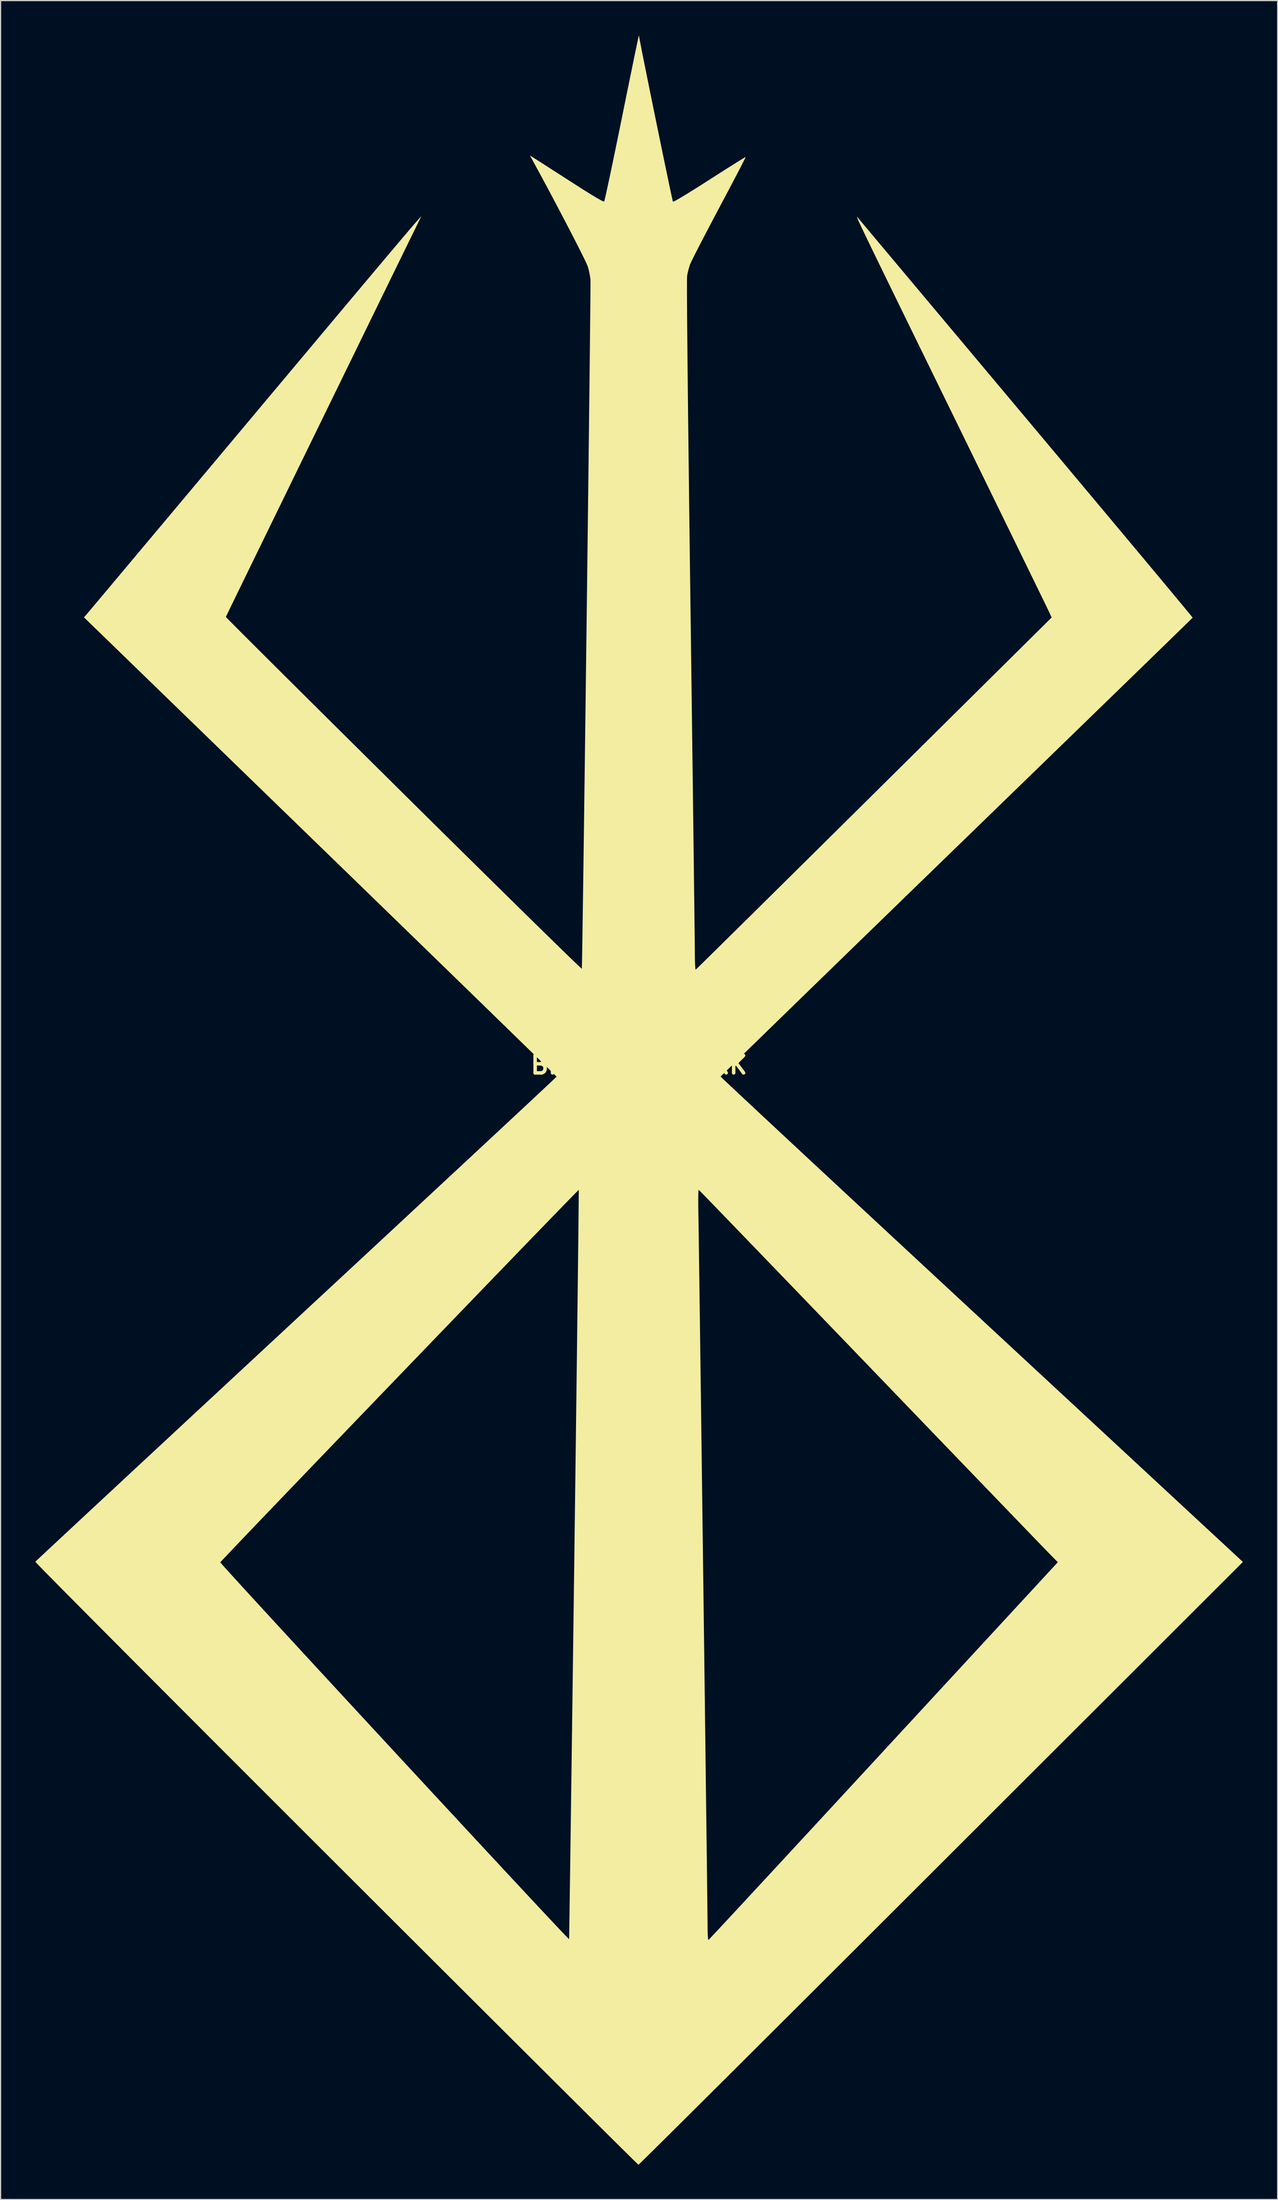
<source format=kicad_pcb>
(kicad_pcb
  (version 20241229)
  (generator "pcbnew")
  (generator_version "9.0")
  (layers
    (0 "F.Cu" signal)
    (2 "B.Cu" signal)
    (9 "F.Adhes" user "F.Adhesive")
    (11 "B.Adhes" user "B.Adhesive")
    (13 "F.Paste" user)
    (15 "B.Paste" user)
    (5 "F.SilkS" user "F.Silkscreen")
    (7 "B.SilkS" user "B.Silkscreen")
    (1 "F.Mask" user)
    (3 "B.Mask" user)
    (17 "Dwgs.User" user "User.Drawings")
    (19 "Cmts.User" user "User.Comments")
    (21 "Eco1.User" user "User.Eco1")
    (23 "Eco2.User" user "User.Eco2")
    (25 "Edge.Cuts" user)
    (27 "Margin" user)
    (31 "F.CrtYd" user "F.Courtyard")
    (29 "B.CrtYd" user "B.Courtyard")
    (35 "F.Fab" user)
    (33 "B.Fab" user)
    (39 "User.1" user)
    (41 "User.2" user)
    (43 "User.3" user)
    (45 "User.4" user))
  (footprint "BRAND_BERSERK"
    (layer "F.Cu")
    (at 52.127 88.858)
    (property "Reference" "BRAND_BERSERK" (at 0 0 0) (layer "F.SilkS") (effects (font (size 1.5 1.5) (thickness 0.3))))
    (attr board_only exclude_from_pos_files exclude_from_bom)
    (fp_poly (pts (xy 0.018 -88.719) (xy 0.071 -88.433) (xy 0.152 -88.016) (xy 0.257 -87.481) (xy 0.384 -86.843) (xy 0.53 -86.118) (xy 0.691 -85.32) (xy 0.864 -84.462) (xy 1.047 -83.561) (xy 1.237 -82.63) (xy 1.43 -81.685) (xy 1.624 -80.74) (xy 1.816 -79.809) (xy 2.002 -78.908) (xy 2.179 -78.051) (xy 2.345 -77.252) (xy 2.497 -76.527) (xy 2.631 -75.889) (xy 2.744 -75.354) (xy 2.834 -74.936) (xy 2.898 -74.65) (xy 2.932 -74.511) (xy 2.936 -74.5) (xy 3.023 -74.527) (xy 3.24 -74.641) (xy 3.575 -74.834) (xy 4.018 -75.099) (xy 4.555 -75.43) (xy 5.176 -75.82) (xy 5.87 -76.261) (xy 6.098 -76.407) (xy 6.746 -76.823) (xy 7.35 -77.207) (xy 7.894 -77.551) (xy 8.364 -77.846) (xy 8.745 -78.083) (xy 9.023 -78.252) (xy 9.182 -78.344) (xy 9.215 -78.358) (xy 9.183 -78.28) (xy 9.077 -78.065) (xy 8.905 -77.728) (xy 8.674 -77.28) (xy 8.39 -76.736) (xy 8.061 -76.108) (xy 7.693 -75.41) (xy 7.293 -74.654) (xy 6.906 -73.926) (xy 6.475 -73.114) (xy 6.065 -72.335) (xy 5.682 -71.603) (xy 5.334 -70.934) (xy 5.03 -70.343) (xy 4.776 -69.844) (xy 4.581 -69.452) (xy 4.452 -69.182) (xy 4.401 -69.062) (xy 4.291 -68.696) (xy 4.194 -68.287) (xy 4.16 -68.103) (xy 4.153 -67.965) (xy 4.148 -67.659) (xy 4.146 -67.186) (xy 4.147 -66.545) (xy 4.151 -65.739) (xy 4.157 -64.769) (xy 4.166 -63.634) (xy 4.178 -62.337) (xy 4.192 -60.877) (xy 4.209 -59.256) (xy 4.228 -57.475) (xy 4.25 -55.534) (xy 4.275 -53.435) (xy 4.302 -51.179) (xy 4.332 -48.765) (xy 4.364 -46.196) (xy 4.399 -43.473) (xy 4.437 -40.595) (xy 4.451 -39.497) (xy 4.48 -37.308) (xy 4.508 -35.153) (xy 4.536 -33.041) (xy 4.563 -30.977) (xy 4.589 -28.968) (xy 4.614 -27.021) (xy 4.638 -25.143) (xy 4.661 -23.34) (xy 4.683 -21.619) (xy 4.704 -19.986) (xy 4.723 -18.449) (xy 4.741 -17.014) (xy 4.757 -15.688) (xy 4.772 -14.477) (xy 4.785 -13.389) (xy 4.796 -12.429) (xy 4.806 -11.605) (xy 4.814 -10.923) (xy 4.819 -10.39) (xy 4.823 -10.013) (xy 4.824 -9.798) (xy 4.824 -9.793) (xy 4.828 -9.297) (xy 4.839 -8.867) (xy 4.854 -8.528) (xy 4.874 -8.306) (xy 4.896 -8.227) (xy 4.897 -8.227) (xy 4.963 -8.288) (xy 5.144 -8.463) (xy 5.435 -8.748) (xy 5.831 -9.137) (xy 6.327 -9.625) (xy 6.918 -10.207) (xy 7.599 -10.878) (xy 8.365 -11.633) (xy 9.21 -12.467) (xy 10.13 -13.375) (xy 11.12 -14.353) (xy 12.174 -15.394) (xy 13.287 -16.495) (xy 14.455 -17.65) (xy 15.672 -18.853) (xy 16.933 -20.101) (xy 18.233 -21.387) (xy 19.568 -22.708) (xy 20.304 -23.437) (xy 35.638 -38.618) (xy 35.438 -39.058) (xy 35.382 -39.176) (xy 35.255 -39.438) (xy 35.06 -39.839) (xy 34.802 -40.369) (xy 34.483 -41.023) (xy 34.108 -41.792) (xy 33.68 -42.67) (xy 33.202 -43.648) (xy 32.679 -44.721) (xy 32.113 -45.88) (xy 31.508 -47.118) (xy 30.867 -48.428) (xy 30.195 -49.802) (xy 29.495 -51.234) (xy 28.77 -52.716) (xy 28.025 -54.241) (xy 27.43 -55.457) (xy 26.474 -57.41) (xy 25.591 -59.216) (xy 24.776 -60.882) (xy 24.027 -62.412) (xy 23.342 -63.813) (xy 22.718 -65.089) (xy 22.153 -66.246) (xy 21.643 -67.291) (xy 21.185 -68.228) (xy 20.778 -69.063) (xy 20.419 -69.802) (xy 20.104 -70.45) (xy 19.832 -71.014) (xy 19.599 -71.497) (xy 19.402 -71.907) (xy 19.24 -72.248) (xy 19.109 -72.526) (xy 19.007 -72.748) (xy 18.931 -72.917) (xy 18.878 -73.041) (xy 18.846 -73.124) (xy 18.832 -73.172) (xy 18.833 -73.191) (xy 18.846 -73.186) (xy 18.87 -73.163) (xy 18.9 -73.128) (xy 18.935 -73.085) (xy 18.95 -73.067) (xy 19.025 -72.977) (xy 19.205 -72.763) (xy 19.484 -72.43) (xy 19.859 -71.984) (xy 20.324 -71.43) (xy 20.874 -70.774) (xy 21.507 -70.021) (xy 22.215 -69.177) (xy 22.996 -68.246) (xy 23.844 -67.236) (xy 24.756 -66.15) (xy 25.725 -64.995) (xy 26.748 -63.776) (xy 27.821 -62.498) (xy 28.938 -61.168) (xy 30.094 -59.79) (xy 31.286 -58.37) (xy 32.509 -56.913) (xy 33.517 -55.712) (xy 34.758 -54.233) (xy 35.971 -52.788) (xy 37.149 -51.383) (xy 38.29 -50.021) (xy 39.389 -48.71) (xy 40.441 -47.454) (xy 41.442 -46.259) (xy 42.386 -45.13) (xy 43.271 -44.073) (xy 44.091 -43.092) (xy 44.841 -42.193) (xy 45.518 -41.382) (xy 46.117 -40.664) (xy 46.632 -40.044) (xy 47.061 -39.527) (xy 47.398 -39.12) (xy 47.639 -38.827) (xy 47.779 -38.654) (xy 47.816 -38.605) (xy 47.754 -38.543) (xy 47.575 -38.367) (xy 47.284 -38.083) (xy 46.884 -37.693) (xy 46.38 -37.203) (xy 45.778 -36.617) (xy 45.08 -35.938) (xy 44.292 -35.173) (xy 43.418 -34.324) (xy 42.462 -33.395) (xy 41.43 -32.393) (xy 40.324 -31.32) (xy 39.151 -30.181) (xy 37.914 -28.98) (xy 36.618 -27.722) (xy 35.266 -26.411) (xy 33.865 -25.052) (xy 32.418 -23.648) (xy 30.929 -22.204) (xy 29.403 -20.724) (xy 27.845 -19.213) (xy 27.432 -18.813) (xy 25.866 -17.294) (xy 24.331 -15.806) (xy 22.832 -14.352) (xy 21.374 -12.936) (xy 19.96 -11.564) (xy 18.595 -10.24) (xy 17.284 -8.967) (xy 16.032 -7.75) (xy 14.841 -6.594) (xy 13.718 -5.503) (xy 12.666 -4.48) (xy 11.69 -3.531) (xy 10.794 -2.66) (xy 9.983 -1.871) (xy 9.262 -1.169) (xy 8.634 -0.557) (xy 8.104 -0.04) (xy 7.677 0.377) (xy 7.357 0.691) (xy 7.149 0.897) (xy 7.056 0.99) (xy 7.052 0.995) (xy 7.112 1.057) (xy 7.292 1.229) (xy 7.587 1.509) (xy 7.994 1.891) (xy 8.507 2.372) (xy 9.123 2.948) (xy 9.837 3.615) (xy 10.644 4.369) (xy 11.541 5.205) (xy 12.523 6.119) (xy 13.586 7.108) (xy 14.725 8.168) (xy 15.936 9.294) (xy 17.214 10.482) (xy 18.556 11.729) (xy 19.956 13.029) (xy 21.411 14.38) (xy 22.917 15.777) (xy 24.467 17.216) (xy 26.06 18.694) (xy 27.689 20.205) (xy 29.351 21.745) (xy 29.594 21.971) (xy 52.155 42.884) (xy 26.099 68.896) (xy 24.338 70.653) (xy 22.607 72.381) (xy 20.91 74.074) (xy 19.251 75.729) (xy 17.634 77.342) (xy 16.062 78.909) (xy 14.539 80.426) (xy 13.07 81.89) (xy 11.658 83.297) (xy 10.307 84.642) (xy 9.021 85.922) (xy 7.804 87.134) (xy 6.659 88.273) (xy 5.591 89.335) (xy 4.603 90.317) (xy 3.699 91.215) (xy 2.883 92.024) (xy 2.159 92.742) (xy 1.531 93.364) (xy 1.003 93.886) (xy 0.578 94.305) (xy 0.26 94.616) (xy 0.053 94.817) (xy -0.038 94.902) (xy -0.042 94.905) (xy -0.107 94.846) (xy -0.288 94.67) (xy -0.581 94.383) (xy -0.983 93.988) (xy -1.488 93.488) (xy -2.095 92.889) (xy -2.797 92.192) (xy -3.593 91.403) (xy -4.477 90.524) (xy -5.447 89.561) (xy -6.497 88.517) (xy -7.625 87.395) (xy -8.827 86.199) (xy -10.098 84.934) (xy -11.434 83.604) (xy -12.833 82.211) (xy -14.289 80.76) (xy -15.8 79.254) (xy -17.361 77.699) (xy -18.968 76.096) (xy -20.618 74.451) (xy -22.306 72.767) (xy -24.029 71.048) (xy -25.783 69.298) (xy -26.154 68.928) (xy -27.914 67.171) (xy -29.643 65.445) (xy -31.337 63.752) (xy -32.993 62.098) (xy -34.606 60.485) (xy -36.174 58.917) (xy -37.692 57.399) (xy -39.155 55.934) (xy -40.562 54.525) (xy -41.906 53.178) (xy -43.186 51.896) (xy -44.396 50.682) (xy -45.533 49.54) (xy -46.593 48.475) (xy -47.573 47.49) (xy -48.468 46.589) (xy -49.275 45.776) (xy -49.99 45.055) (xy -50.608 44.429) (xy -51.127 43.903) (xy -51.542 43.48) (xy -51.849 43.164) (xy -52.045 42.959) (xy -52.083 42.916) (xy -36.153 42.916) (xy -36.096 42.988) (xy -35.931 43.177) (xy -35.662 43.477) (xy -35.296 43.882) (xy -34.837 44.385) (xy -34.294 44.98) (xy -33.67 45.662) (xy -32.971 46.423) (xy -32.204 47.257) (xy -31.375 48.159) (xy -30.488 49.121) (xy -29.55 50.138) (xy -28.567 51.204) (xy -27.545 52.312) (xy -26.488 53.455) (xy -25.404 54.629) (xy -24.297 55.825) (xy -23.174 57.039) (xy -22.04 58.264) (xy -20.902 59.493) (xy -19.764 60.721) (xy -18.634 61.941) (xy -17.515 63.147) (xy -16.415 64.332) (xy -15.34 65.491) (xy -14.294 66.617) (xy -13.284 67.704) (xy -12.315 68.745) (xy -11.394 69.735) (xy -10.526 70.667) (xy -9.717 71.535) (xy -8.972 72.332) (xy -8.298 73.053) (xy -7.7 73.69) (xy -7.185 74.239) (xy -6.757 74.692) (xy -6.423 75.044) (xy -6.188 75.287) (xy -6.058 75.417) (xy -6.033 75.437) (xy -6.03 75.344) (xy -6.025 75.087) (xy -6.019 74.674) (xy -6.01 74.108) (xy -5.999 73.396) (xy -5.987 72.544) (xy -5.972 71.558) (xy -5.957 70.443) (xy -5.939 69.206) (xy -5.92 67.852) (xy -5.9 66.387) (xy -5.879 64.817) (xy -5.856 63.148) (xy -5.832 61.385) (xy -5.807 59.535) (xy -5.781 57.602) (xy -5.754 55.594) (xy -5.726 53.516) (xy -5.698 51.374) (xy -5.669 49.173) (xy -5.639 46.92) (xy -5.609 44.619) (xy -5.588 43.06) (xy -5.558 40.733) (xy -5.528 38.449) (xy -5.499 36.214) (xy -5.471 34.034) (xy -5.444 31.915) (xy -5.418 29.862) (xy -5.393 27.882) (xy -5.369 25.98) (xy -5.347 24.162) (xy -5.326 22.434) (xy -5.306 20.801) (xy -5.287 19.27) (xy -5.27 17.846) (xy -5.255 16.535) (xy -5.241 15.343) (xy -5.229 14.276) (xy -5.219 13.339) (xy -5.211 12.538) (xy -5.204 11.88) (xy -5.204 11.857) (xy 5.121 11.857) (xy 5.125 12.386) (xy 5.133 12.885) (xy 5.138 13.159) (xy 5.145 13.591) (xy 5.153 14.173) (xy 5.164 14.897) (xy 5.176 15.757) (xy 5.19 16.744) (xy 5.205 17.851) (xy 5.222 19.071) (xy 5.239 20.395) (xy 5.259 21.817) (xy 5.279 23.329) (xy 5.3 24.923) (xy 5.322 26.591) (xy 5.345 28.328) (xy 5.369 30.123) (xy 5.393 31.971) (xy 5.418 33.864) (xy 5.443 35.794) (xy 5.468 37.753) (xy 5.494 39.734) (xy 5.52 41.73) (xy 5.546 43.733) (xy 5.572 45.735) (xy 5.597 47.73) (xy 5.623 49.708) (xy 5.648 51.664) (xy 5.672 53.588) (xy 5.696 55.475) (xy 5.72 57.315) (xy 5.742 59.103) (xy 5.764 60.83) (xy 5.785 62.488) (xy 5.805 64.07) (xy 5.824 65.569) (xy 5.841 66.977) (xy 5.857 68.286) (xy 5.872 69.49) (xy 5.885 70.58) (xy 5.897 71.548) (xy 5.906 72.388) (xy 5.914 73.092) (xy 5.92 73.653) (xy 5.925 74.062) (xy 5.926 74.312) (xy 5.927 74.366) (xy 5.932 74.786) (xy 5.945 75.135) (xy 5.966 75.384) (xy 5.992 75.503) (xy 6.001 75.509) (xy 6.064 75.445) (xy 6.237 75.262) (xy 6.516 74.964) (xy 6.895 74.558) (xy 7.37 74.048) (xy 7.936 73.44) (xy 8.588 72.738) (xy 9.321 71.948) (xy 10.131 71.074) (xy 11.013 70.123) (xy 11.962 69.099) (xy 12.973 68.007) (xy 14.041 66.852) (xy 15.163 65.641) (xy 16.332 64.377) (xy 17.544 63.066) (xy 18.795 61.713) (xy 20.079 60.324) (xy 21.124 59.193) (xy 36.172 42.906) (xy 35.41 42.133) (xy 35.284 42.003) (xy 35.045 41.757) (xy 34.7 41.399) (xy 34.253 40.937) (xy 33.71 40.374) (xy 33.076 39.717) (xy 32.356 38.971) (xy 31.556 38.141) (xy 30.682 37.233) (xy 29.738 36.254) (xy 28.729 35.207) (xy 27.662 34.099) (xy 26.541 32.935) (xy 25.371 31.721) (xy 24.159 30.462) (xy 22.909 29.163) (xy 21.626 27.831) (xy 20.316 26.471) (xy 19.938 26.077) (xy 18.631 24.72) (xy 17.355 23.395) (xy 16.114 22.107) (xy 14.914 20.862) (xy 13.76 19.664) (xy 12.656 18.519) (xy 11.608 17.432) (xy 10.62 16.408) (xy 9.698 15.452) (xy 8.846 14.57) (xy 8.07 13.766) (xy 7.374 13.047) (xy 6.764 12.416) (xy 6.244 11.879) (xy 5.82 11.442) (xy 5.496 11.109) (xy 5.278 10.887) (xy 5.17 10.778) (xy 5.159 10.769) (xy 5.142 10.842) (xy 5.13 11.063) (xy 5.123 11.408) (xy 5.121 11.857) (xy -5.204 11.857) (xy -5.2 11.369) (xy -5.197 11.013) (xy -5.197 10.816) (xy -5.198 10.776) (xy -5.259 10.832) (xy -5.432 11.005) (xy -5.71 11.287) (xy -6.087 11.674) (xy -6.558 12.157) (xy -7.117 12.733) (xy -7.758 13.393) (xy -8.475 14.133) (xy -9.261 14.946) (xy -10.112 15.826) (xy -11.021 16.766) (xy -11.983 17.762) (xy -12.99 18.805) (xy -14.039 19.891) (xy -15.121 21.014) (xy -16.233 22.166) (xy -17.367 23.343) (xy -18.518 24.537) (xy -19.68 25.743) (xy -20.847 26.955) (xy -22.013 28.166) (xy -23.173 29.371) (xy -24.32 30.562) (xy -25.448 31.735) (xy -26.551 32.882) (xy -27.625 33.999) (xy -28.662 35.078) (xy -29.656 36.113) (xy -30.603 37.099) (xy -31.495 38.029) (xy -32.328 38.897) (xy -33.095 39.698) (xy -33.79 40.424) (xy -34.407 41.069) (xy -34.941 41.629) (xy -35.385 42.095) (xy -35.734 42.464) (xy -35.981 42.727) (xy -36.121 42.879) (xy -36.153 42.916) (xy -52.083 42.916) (xy -52.125 42.87) (xy -52.127 42.866) (xy -52.062 42.802) (xy -51.877 42.628) (xy -51.576 42.346) (xy -51.165 41.962) (xy -50.647 41.479) (xy -50.026 40.901) (xy -49.308 40.232) (xy -48.496 39.476) (xy -47.595 38.638) (xy -46.609 37.722) (xy -45.543 36.731) (xy -44.402 35.67) (xy -43.188 34.542) (xy -41.907 33.353) (xy -40.564 32.105) (xy -39.162 30.803) (xy -37.706 29.451) (xy -36.2 28.053) (xy -34.649 26.613) (xy -33.057 25.136) (xy -31.429 23.625) (xy -29.768 22.084) (xy -29.593 21.921) (xy -27.93 20.378) (xy -26.298 18.864) (xy -24.703 17.384) (xy -23.149 15.941) (xy -21.64 14.539) (xy -20.18 13.183) (xy -18.775 11.877) (xy -17.427 10.625) (xy -16.142 9.43) (xy -14.923 8.297) (xy -13.776 7.23) (xy -12.705 6.233) (xy -11.714 5.311) (xy -10.807 4.466) (xy -9.988 3.703) (xy -9.263 3.027) (xy -8.636 2.441) (xy -8.11 1.949) (xy -7.69 1.556) (xy -7.381 1.265) (xy -7.187 1.081) (xy -7.113 1.008) (xy -7.112 1.007) (xy -7.172 0.944) (xy -7.349 0.768) (xy -7.639 0.482) (xy -8.037 0.092) (xy -8.539 -0.399) (xy -9.141 -0.986) (xy -9.837 -1.665) (xy -10.624 -2.431) (xy -11.497 -3.281) (xy -12.451 -4.21) (xy -13.483 -5.214) (xy -14.587 -6.287) (xy -15.76 -7.427) (xy -16.997 -8.629) (xy -18.292 -9.887) (xy -19.643 -11.199) (xy -21.045 -12.56) (xy -22.492 -13.965) (xy -23.981 -15.41) (xy -25.507 -16.891) (xy -27.066 -18.403) (xy -27.52 -18.842) (xy -47.927 -38.633) (xy -47.766 -38.811) (xy -47.698 -38.891) (xy -47.526 -39.095) (xy -47.254 -39.417) (xy -46.888 -39.854) (xy -46.43 -40.398) (xy -45.887 -41.044) (xy -45.263 -41.788) (xy -44.561 -42.623) (xy -43.788 -43.545) (xy -42.947 -44.547) (xy -42.042 -45.624) (xy -41.08 -46.771) (xy -40.063 -47.982) (xy -38.997 -49.253) (xy -37.887 -50.576) (xy -36.736 -51.948) (xy -35.55 -53.362) (xy -34.332 -54.813) (xy -33.402 -55.922) (xy -31.889 -57.727) (xy -30.48 -59.406) (xy -29.173 -60.964) (xy -27.964 -62.404) (xy -26.85 -63.732) (xy -25.826 -64.952) (xy -24.889 -66.067) (xy -24.036 -67.082) (xy -23.263 -68.002) (xy -22.566 -68.83) (xy -21.942 -69.571) (xy -21.387 -70.229) (xy -20.898 -70.808) (xy -20.47 -71.314) (xy -20.101 -71.748) (xy -19.787 -72.117) (xy -19.523 -72.425) (xy -19.308 -72.675) (xy -19.136 -72.872) (xy -19.005 -73.02) (xy -18.91 -73.124) (xy -18.849 -73.187) (xy -18.817 -73.214) (xy -18.811 -73.21) (xy -18.819 -73.194) (xy -18.867 -73.097) (xy -18.986 -72.857) (xy -19.169 -72.482) (xy -19.415 -71.981) (xy -19.718 -71.362) (xy -20.075 -70.633) (xy -20.481 -69.802) (xy -20.933 -68.879) (xy -21.426 -67.87) (xy -21.956 -66.784) (xy -22.52 -65.631) (xy -23.113 -64.416) (xy -23.732 -63.15) (xy -24.371 -61.841) (xy -25.028 -60.496) (xy -25.698 -59.123) (xy -26.377 -57.732) (xy -27.062 -56.331) (xy -27.747 -54.927) (xy -28.43 -53.529) (xy -29.105 -52.145) (xy -29.77 -50.783) (xy -30.419 -49.453) (xy -31.049 -48.161) (xy -31.657 -46.916) (xy -32.237 -45.727) (xy -32.785 -44.602) (xy -33.299 -43.549) (xy -33.773 -42.576) (xy -34.204 -41.692) (xy -34.588 -40.905) (xy -34.92 -40.222) (xy -35.197 -39.653) (xy -35.414 -39.206) (xy -35.568 -38.889) (xy -35.655 -38.71) (xy -35.673 -38.671) (xy -35.615 -38.606) (xy -35.441 -38.428) (xy -35.157 -38.141) (xy -34.768 -37.749) (xy -34.279 -37.259) (xy -33.694 -36.674) (xy -33.019 -36.001) (xy -32.259 -35.244) (xy -31.419 -34.407) (xy -30.504 -33.497) (xy -29.519 -32.518) (xy -28.469 -31.475) (xy -27.358 -30.374) (xy -26.193 -29.218) (xy -24.978 -28.013) (xy -23.719 -26.765) (xy -22.419 -25.478) (xy -21.085 -24.157) (xy -20.32 -23.4) (xy -18.969 -22.063) (xy -17.649 -20.759) (xy -16.367 -19.492) (xy -15.126 -18.268) (xy -13.931 -17.09) (xy -12.789 -15.965) (xy -11.703 -14.896) (xy -10.679 -13.89) (xy -9.722 -12.95) (xy -8.837 -12.082) (xy -8.029 -11.292) (xy -7.303 -10.583) (xy -6.664 -9.96) (xy -6.118 -9.429) (xy -5.668 -8.995) (xy -5.321 -8.663) (xy -5.081 -8.437) (xy -4.953 -8.322) (xy -4.932 -8.309) (xy -4.928 -8.412) (xy -4.922 -8.677) (xy -4.913 -9.097) (xy -4.903 -9.664) (xy -4.892 -10.37) (xy -4.879 -11.209) (xy -4.864 -12.172) (xy -4.849 -13.253) (xy -4.832 -14.443) (xy -4.814 -15.736) (xy -4.794 -17.124) (xy -4.774 -18.599) (xy -4.753 -20.155) (xy -4.732 -21.783) (xy -4.709 -23.476) (xy -4.686 -25.228) (xy -4.663 -27.029) (xy -4.639 -28.874) (xy -4.615 -30.754) (xy -4.59 -32.662) (xy -4.566 -34.591) (xy -4.541 -36.534) (xy -4.517 -38.481) (xy -4.492 -40.428) (xy -4.468 -42.365) (xy -4.445 -44.286) (xy -4.421 -46.183) (xy -4.399 -48.048) (xy -4.377 -49.875) (xy -4.355 -51.655) (xy -4.335 -53.382) (xy -4.315 -55.048) (xy -4.297 -56.645) (xy -4.279 -58.166) (xy -4.263 -59.604) (xy -4.248 -60.951) (xy -4.234 -62.199) (xy -4.222 -63.342) (xy -4.211 -64.372) (xy -4.202 -65.281) (xy -4.195 -66.062) (xy -4.19 -66.708) (xy -4.186 -67.211) (xy -4.185 -67.564) (xy -4.186 -67.759) (xy -4.187 -67.795) (xy -4.242 -68.169) (xy -4.333 -68.596) (xy -4.414 -68.896) (xy -4.485 -69.071) (xy -4.629 -69.382) (xy -4.838 -69.812) (xy -5.106 -70.348) (xy -5.424 -70.975) (xy -5.786 -71.679) (xy -6.183 -72.445) (xy -6.608 -73.258) (xy -7.053 -74.105) (xy -7.512 -74.971) (xy -7.976 -75.841) (xy -8.439 -76.702) (xy -8.892 -77.537) (xy -9.076 -77.875) (xy -9.413 -78.492) (xy -8.749 -78.069) (xy -8.518 -77.922) (xy -8.166 -77.696) (xy -7.717 -77.408) (xy -7.192 -77.071) (xy -6.614 -76.7) (xy -6.005 -76.309) (xy -5.588 -76.041) (xy -4.831 -75.557) (xy -4.201 -75.164) (xy -3.702 -74.862) (xy -3.334 -74.653) (xy -3.101 -74.537) (xy -3.006 -74.517) (xy -2.976 -74.61) (xy -2.917 -74.858) (xy -2.829 -75.247) (xy -2.715 -75.766) (xy -2.578 -76.402) (xy -2.421 -77.144) (xy -2.246 -77.979) (xy -2.056 -78.895) (xy -1.853 -79.879) (xy -1.64 -80.921) (xy -1.468 -81.771) (xy -1.25 -82.844) (xy -1.042 -83.866) (xy -0.846 -84.826) (xy -0.664 -85.712) (xy -0.5 -86.512) (xy -0.355 -87.215) (xy -0.232 -87.808) (xy -0.133 -88.28) (xy -0.06 -88.619) (xy -0.017 -88.814) (xy -0.005 -88.858)) (stroke (width 0) (type solid)) (fill yes) (layer "F.SilkS")))
  (gr_rect
    (start -3 -3)
    (end 107.283 186.763)
    (stroke (width 0.1) (type default))
    (fill no)
    (layer "Edge.Cuts")))
</source>
